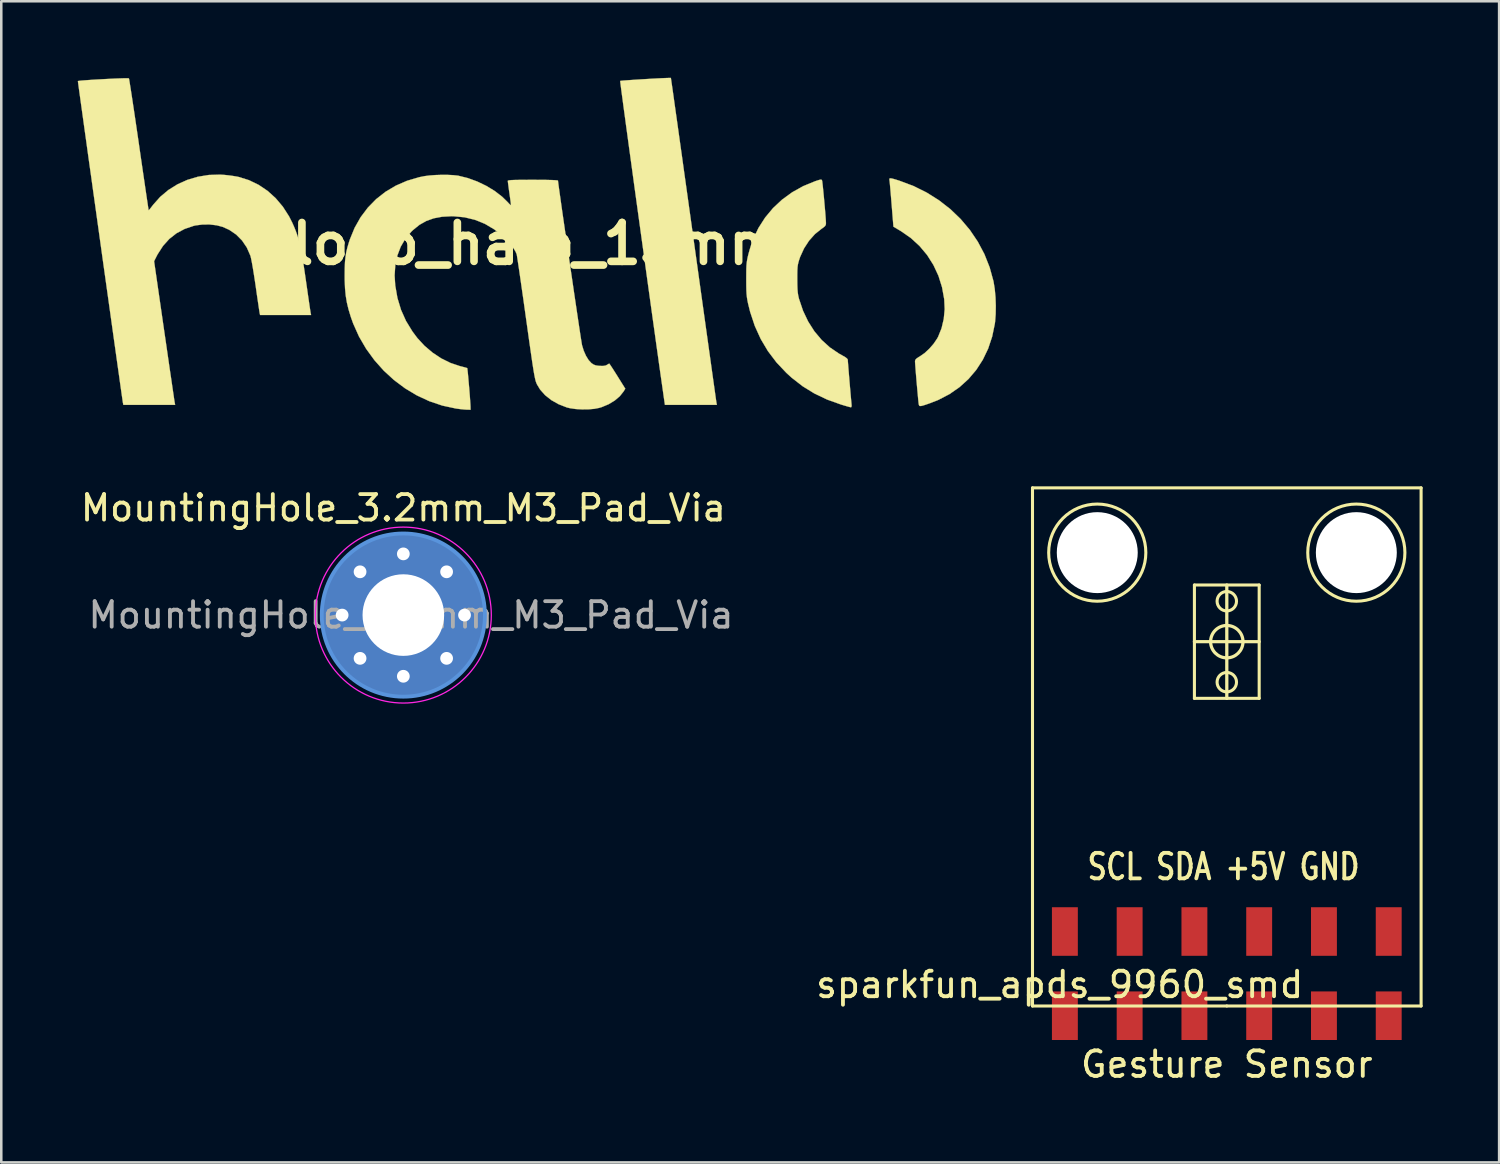
<source format=kicad_pcb>
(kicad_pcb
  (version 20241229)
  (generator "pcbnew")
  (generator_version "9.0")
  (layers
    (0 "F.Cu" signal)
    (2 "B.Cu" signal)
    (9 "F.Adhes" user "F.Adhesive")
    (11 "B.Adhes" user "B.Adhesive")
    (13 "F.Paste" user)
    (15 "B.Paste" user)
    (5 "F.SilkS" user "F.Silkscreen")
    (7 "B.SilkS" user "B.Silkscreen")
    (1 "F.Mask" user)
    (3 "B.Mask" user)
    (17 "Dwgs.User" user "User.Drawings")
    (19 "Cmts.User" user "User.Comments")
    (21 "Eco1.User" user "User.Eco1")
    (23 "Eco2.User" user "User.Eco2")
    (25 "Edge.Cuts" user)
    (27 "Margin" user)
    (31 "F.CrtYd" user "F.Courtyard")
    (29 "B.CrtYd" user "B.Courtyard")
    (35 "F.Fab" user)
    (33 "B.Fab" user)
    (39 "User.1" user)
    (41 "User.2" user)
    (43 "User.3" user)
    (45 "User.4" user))
  (footprint "sparkfun_apds_9960_smd"
    (layer "F.Cu")
    (at 45.062 35.133)
    (property "Reference" "sparkfun_apds_9960_smd" (at -6.553 0.432 180) (layer "F.SilkS") (effects (font (size 1 1) (thickness 0.15))))
    (attr through_hole)
    (fp_line (start -7.62 -19.05) (end 7.62 -19.05) (stroke (width 0.12) (type solid)) (layer "F.SilkS"))
    (fp_line (start -7.62 1.27) (end -7.62 -19.05) (stroke (width 0.12) (type solid)) (layer "F.SilkS"))
    (fp_line (start -1.27 -15.24) (end 1.27 -15.24) (stroke (width 0.12) (type solid)) (layer "F.SilkS"))
    (fp_line (start -1.27 -13.018) (end 1.27 -13.018) (stroke (width 0.127) (type solid)) (layer "F.SilkS"))
    (fp_line (start -1.27 -10.795) (end -1.27 -15.24) (stroke (width 0.12) (type solid)) (layer "F.SilkS"))
    (fp_line (start 0 -15.24) (end 0 -10.795) (stroke (width 0.127) (type solid)) (layer "F.SilkS"))
    (fp_line (start 0 1.27) (end -7.62 1.27) (stroke (width 0.12) (type solid)) (layer "F.SilkS"))
    (fp_line (start 1.27 -15.24) (end 1.27 -10.795) (stroke (width 0.12) (type solid)) (layer "F.SilkS"))
    (fp_line (start 1.27 -10.795) (end -1.27 -10.795) (stroke (width 0.12) (type solid)) (layer "F.SilkS"))
    (fp_line (start 7.62 -19.05) (end 7.62 1.27) (stroke (width 0.12) (type solid)) (layer "F.SilkS"))
    (fp_line (start 7.62 1.27) (end 0 1.27) (stroke (width 0.12) (type solid)) (layer "F.SilkS"))
    (fp_circle (center -5.08 -16.51) (end -5.08 -18.415) (stroke (width 0.12) (type solid)) (fill no) (layer "F.SilkS"))
    (fp_circle (center 0 -14.605) (end 0.381 -14.605) (stroke (width 0.12) (type solid)) (fill no) (layer "F.SilkS"))
    (fp_circle (center 0 -13.018) (end 0.635 -13.018) (stroke (width 0.127) (type solid)) (fill no) (layer "F.SilkS"))
    (fp_circle (center 0 -11.43) (end 0.381 -11.43) (stroke (width 0.12) (type solid)) (fill no) (layer "F.SilkS"))
    (fp_circle (center 5.08 -16.51) (end 5.08 -18.415) (stroke (width 0.12) (type solid)) (fill no) (layer "F.SilkS"))
    (fp_text user "Gesture Sensor" (at 0 3.556 0) (layer "F.SilkS") (effects (font (size 1 1) (thickness 0.15))))
    (fp_text user "SCL SDA +5V GND" (at -0.127 -4.191 0) (layer "F.SilkS") (effects (font (size 1 0.762) (thickness 0.15))))
    (pad "" np_thru_hole circle (at -5.08 -16.51) (size 3.175 3.175) (drill 3.175) (layers "*.Cu" "*.Mask"))
    (pad "" np_thru_hole circle (at 5.08 -16.51) (size 3.175 3.175) (drill 3.175) (layers "*.Cu" "*.Mask"))
    (pad "1" smd rect (at -6.35 -1.651) (size 1.016 1.905) (layers "F.Cu" "F.Mask" "F.Paste"))
    (pad "1" smd rect (at -6.35 1.651) (size 1.016 1.905) (layers "F.Cu" "F.Mask" "F.Paste"))
    (pad "2" smd rect (at -3.81 -1.651) (size 1.016 1.905) (layers "F.Cu" "F.Mask" "F.Paste"))
    (pad "2" smd rect (at -3.81 1.651) (size 1.016 1.905) (layers "F.Cu" "F.Mask" "F.Paste"))
    (pad "3" smd rect (at -1.27 -1.651) (size 1.016 1.905) (layers "F.Cu" "F.Mask" "F.Paste"))
    (pad "3" smd rect (at -1.27 1.651) (size 1.016 1.905) (layers "F.Cu" "F.Mask" "F.Paste"))
    (pad "4" smd rect (at 1.27 -1.651) (size 1.016 1.905) (layers "F.Cu" "F.Mask" "F.Paste"))
    (pad "4" smd rect (at 1.27 1.651) (size 1.016 1.905) (layers "F.Cu" "F.Mask" "F.Paste"))
    (pad "5" smd rect (at 3.81 -1.651) (size 1.016 1.905) (layers "F.Cu" "F.Mask" "F.Paste"))
    (pad "5" smd rect (at 3.81 1.651) (size 1.016 1.905) (layers "F.Cu" "F.Mask" "F.Paste"))
    (pad "6" smd rect (at 6.35 -1.651) (size 1.016 1.905) (layers "F.Cu" "F.Mask" "F.Paste"))
    (pad "6" smd rect (at 6.35 1.651) (size 1.016 1.905) (layers "F.Cu" "F.Mask" "F.Paste")))
  (footprint "logo_halo_13mm"
    (layer "F.Cu")
    (at 18.007 6.51)
    (property "Reference" "logo_halo_13mm" (at 0 0 0) (layer "F.SilkS") (effects (font (size 1.524 1.524) (thickness 0.3))))
    (attr through_hole)
    (fp_poly (pts (xy 13.954 -2.552) (xy 14.075 -2.517) (xy 14.215 -2.473) (xy 14.768 -2.265) (xy 15.288 -2.007) (xy 15.772 -1.702) (xy 16.217 -1.355) (xy 16.62 -0.967) (xy 16.979 -0.542) (xy 17.289 -0.083) (xy 17.549 0.406) (xy 17.754 0.923) (xy 17.903 1.463) (xy 17.908 1.487) (xy 17.954 1.769) (xy 17.984 2.091) (xy 17.996 2.428) (xy 17.991 2.758) (xy 17.968 3.059) (xy 17.957 3.141) (xy 17.853 3.642) (xy 17.696 4.112) (xy 17.487 4.547) (xy 17.229 4.946) (xy 16.924 5.305) (xy 16.574 5.622) (xy 16.181 5.895) (xy 15.746 6.122) (xy 15.431 6.246) (xy 15.26 6.306) (xy 15.141 6.344) (xy 15.062 6.363) (xy 15.015 6.363) (xy 14.99 6.345) (xy 14.978 6.309) (xy 14.972 6.279) (xy 14.964 6.213) (xy 14.952 6.098) (xy 14.938 5.942) (xy 14.921 5.759) (xy 14.903 5.558) (xy 14.885 5.351) (xy 14.868 5.149) (xy 14.853 4.963) (xy 14.841 4.804) (xy 14.832 4.684) (xy 14.828 4.613) (xy 14.828 4.604) (xy 14.84 4.553) (xy 14.883 4.504) (xy 14.968 4.445) (xy 15.021 4.414) (xy 15.205 4.286) (xy 15.389 4.114) (xy 15.559 3.919) (xy 15.697 3.716) (xy 15.734 3.647) (xy 15.869 3.312) (xy 15.955 2.947) (xy 15.991 2.563) (xy 15.973 2.175) (xy 15.887 1.702) (xy 15.745 1.252) (xy 15.549 0.831) (xy 15.302 0.441) (xy 15.005 0.087) (xy 14.663 -0.226) (xy 14.277 -0.495) (xy 14.253 -0.509) (xy 13.981 -0.671) (xy 13.91 -1.55) (xy 13.891 -1.783) (xy 13.873 -1.998) (xy 13.857 -2.186) (xy 13.843 -2.338) (xy 13.832 -2.445) (xy 13.825 -2.499) (xy 13.825 -2.5) (xy 13.821 -2.54) (xy 13.835 -2.563) (xy 13.877 -2.567) (xy 13.954 -2.552)) (stroke (width 0.01) (type solid)) (fill yes) (layer "F.SilkS"))
    (fp_poly (pts (xy 5.253 -6.503) (xy 5.258 -6.471) (xy 5.271 -6.379) (xy 5.293 -6.23) (xy 5.322 -6.028) (xy 5.358 -5.774) (xy 5.4 -5.472) (xy 5.449 -5.125) (xy 5.504 -4.737) (xy 5.564 -4.309) (xy 5.629 -3.845) (xy 5.699 -3.348) (xy 5.772 -2.821) (xy 5.85 -2.267) (xy 5.931 -1.688) (xy 6.015 -1.089) (xy 6.101 -0.471) (xy 6.14 -0.191) (xy 6.228 0.436) (xy 6.313 1.046) (xy 6.395 1.637) (xy 6.475 2.207) (xy 6.551 2.751) (xy 6.623 3.266) (xy 6.691 3.751) (xy 6.754 4.201) (xy 6.812 4.614) (xy 6.864 4.987) (xy 6.91 5.316) (xy 6.95 5.599) (xy 6.983 5.832) (xy 7.008 6.013) (xy 7.026 6.138) (xy 7.036 6.205) (xy 7.038 6.215) (xy 7.056 6.318) (xy 5.02 6.318) (xy 5 6.183) (xy 4.972 5.991) (xy 4.938 5.75) (xy 4.897 5.463) (xy 4.85 5.135) (xy 4.798 4.768) (xy 4.742 4.367) (xy 4.681 3.935) (xy 4.617 3.475) (xy 4.549 2.992) (xy 4.479 2.489) (xy 4.407 1.969) (xy 4.333 1.436) (xy 4.258 0.894) (xy 4.182 0.346) (xy 4.106 -0.203) (xy 4.03 -0.752) (xy 3.955 -1.295) (xy 3.881 -1.83) (xy 3.809 -2.352) (xy 3.74 -2.859) (xy 3.673 -3.346) (xy 3.609 -3.81) (xy 3.55 -4.247) (xy 3.494 -4.654) (xy 3.444 -5.027) (xy 3.398 -5.362) (xy 3.359 -5.656) (xy 3.325 -5.906) (xy 3.299 -6.107) (xy 3.28 -6.257) (xy 3.268 -6.35) (xy 3.265 -6.385) (xy 3.265 -6.385) (xy 3.3 -6.391) (xy 3.388 -6.4) (xy 3.521 -6.41) (xy 3.689 -6.422) (xy 3.883 -6.435) (xy 4.094 -6.448) (xy 4.311 -6.461) (xy 4.526 -6.474) (xy 4.73 -6.485) (xy 4.913 -6.494) (xy 5.065 -6.5) (xy 5.178 -6.504) (xy 5.242 -6.505) (xy 5.253 -6.503)) (stroke (width 0.01) (type solid)) (fill yes) (layer "F.SilkS"))
    (fp_poly (pts (xy 11.155 -2.515) (xy 11.175 -2.497) (xy 11.181 -2.483) (xy 11.19 -2.439) (xy 11.202 -2.341) (xy 11.217 -2.202) (xy 11.234 -2.031) (xy 11.253 -1.838) (xy 11.271 -1.636) (xy 11.289 -1.433) (xy 11.306 -1.24) (xy 11.319 -1.069) (xy 11.329 -0.929) (xy 11.334 -0.831) (xy 11.335 -0.803) (xy 11.328 -0.742) (xy 11.297 -0.691) (xy 11.232 -0.636) (xy 11.163 -0.588) (xy 10.901 -0.378) (xy 10.67 -0.118) (xy 10.475 0.182) (xy 10.323 0.514) (xy 10.282 0.635) (xy 10.254 0.733) (xy 10.233 0.824) (xy 10.22 0.922) (xy 10.213 1.042) (xy 10.21 1.198) (xy 10.21 1.397) (xy 10.212 1.612) (xy 10.218 1.778) (xy 10.229 1.91) (xy 10.246 2.023) (xy 10.27 2.131) (xy 10.281 2.169) (xy 10.436 2.627) (xy 10.637 3.05) (xy 10.881 3.433) (xy 11.167 3.773) (xy 11.49 4.066) (xy 11.848 4.309) (xy 11.953 4.367) (xy 12.082 4.44) (xy 12.158 4.496) (xy 12.19 4.542) (xy 12.192 4.555) (xy 12.194 4.607) (xy 12.202 4.71) (xy 12.213 4.856) (xy 12.228 5.033) (xy 12.244 5.23) (xy 12.261 5.437) (xy 12.279 5.643) (xy 12.296 5.837) (xy 12.311 6.009) (xy 12.324 6.149) (xy 12.333 6.244) (xy 12.335 6.263) (xy 12.342 6.36) (xy 12.33 6.405) (xy 12.312 6.412) (xy 12.267 6.403) (xy 12.175 6.378) (xy 12.05 6.342) (xy 11.919 6.302) (xy 11.379 6.109) (xy 10.884 5.873) (xy 10.424 5.59) (xy 9.994 5.256) (xy 9.786 5.067) (xy 9.395 4.653) (xy 9.059 4.209) (xy 8.776 3.733) (xy 8.544 3.222) (xy 8.362 2.673) (xy 8.28 2.342) (xy 8.254 2.214) (xy 8.235 2.095) (xy 8.222 1.969) (xy 8.214 1.823) (xy 8.21 1.642) (xy 8.209 1.414) (xy 8.209 1.381) (xy 8.21 1.157) (xy 8.212 0.983) (xy 8.218 0.845) (xy 8.229 0.731) (xy 8.245 0.627) (xy 8.267 0.519) (xy 8.293 0.411) (xy 8.341 0.237) (xy 8.397 0.054) (xy 8.453 -0.111) (xy 8.478 -0.176) (xy 8.687 -0.618) (xy 8.949 -1.027) (xy 9.259 -1.399) (xy 9.614 -1.731) (xy 10.011 -2.02) (xy 10.445 -2.262) (xy 10.913 -2.454) (xy 10.923 -2.457) (xy 11.043 -2.496) (xy 11.115 -2.515) (xy 11.155 -2.515)) (stroke (width 0.01) (type solid)) (fill yes) (layer "F.SilkS"))
    (fp_poly (pts (xy -16.019 -6.489) (xy -16.002 -6.486) (xy -15.994 -6.452) (xy -15.978 -6.359) (xy -15.955 -6.213) (xy -15.924 -6.018) (xy -15.887 -5.779) (xy -15.845 -5.501) (xy -15.798 -5.188) (xy -15.747 -4.845) (xy -15.693 -4.478) (xy -15.636 -4.089) (xy -15.607 -3.889) (xy -15.55 -3.493) (xy -15.495 -3.116) (xy -15.443 -2.761) (xy -15.395 -2.434) (xy -15.352 -2.14) (xy -15.314 -1.883) (xy -15.282 -1.668) (xy -15.257 -1.499) (xy -15.239 -1.381) (xy -15.229 -1.32) (xy -15.228 -1.311) (xy -15.207 -1.331) (xy -15.157 -1.391) (xy -15.088 -1.48) (xy -15.053 -1.526) (xy -14.775 -1.839) (xy -14.455 -2.108) (xy -14.098 -2.331) (xy -13.711 -2.505) (xy -13.299 -2.628) (xy -12.869 -2.698) (xy -12.427 -2.711) (xy -12.249 -2.7) (xy -12.08 -2.682) (xy -11.907 -2.658) (xy -11.758 -2.633) (xy -11.7 -2.621) (xy -11.295 -2.495) (xy -10.916 -2.312) (xy -10.565 -2.076) (xy -10.247 -1.789) (xy -9.964 -1.454) (xy -9.721 -1.075) (xy -9.593 -0.822) (xy -9.521 -0.66) (xy -9.458 -0.504) (xy -9.402 -0.347) (xy -9.351 -0.181) (xy -9.305 0.001) (xy -9.259 0.206) (xy -9.215 0.443) (xy -9.168 0.719) (xy -9.119 1.041) (xy -9.064 1.417) (xy -9.049 1.524) (xy -9.011 1.787) (xy -8.976 2.032) (xy -8.944 2.252) (xy -8.917 2.438) (xy -8.895 2.584) (xy -8.88 2.682) (xy -8.873 2.723) (xy -8.857 2.794) (xy -9.857 2.794) (xy -10.857 2.794) (xy -10.873 2.723) (xy -10.881 2.674) (xy -10.897 2.571) (xy -10.919 2.422) (xy -10.947 2.234) (xy -10.979 2.017) (xy -11.013 1.777) (xy -11.031 1.651) (xy -11.069 1.397) (xy -11.107 1.154) (xy -11.143 0.933) (xy -11.177 0.742) (xy -11.207 0.591) (xy -11.23 0.491) (xy -11.238 0.466) (xy -11.378 0.147) (xy -11.565 -0.129) (xy -11.795 -0.361) (xy -12.066 -0.546) (xy -12.319 -0.661) (xy -12.557 -0.724) (xy -12.828 -0.756) (xy -13.11 -0.755) (xy -13.38 -0.721) (xy -13.456 -0.704) (xy -13.814 -0.583) (xy -14.134 -0.413) (xy -14.417 -0.191) (xy -14.663 0.083) (xy -14.873 0.408) (xy -14.918 0.493) (xy -15.014 0.684) (xy -14.621 3.398) (xy -14.561 3.808) (xy -14.504 4.201) (xy -14.45 4.573) (xy -14.4 4.92) (xy -14.353 5.235) (xy -14.312 5.515) (xy -14.277 5.755) (xy -14.248 5.95) (xy -14.227 6.095) (xy -14.213 6.186) (xy -14.208 6.215) (xy -14.189 6.318) (xy -16.219 6.318) (xy -16.237 6.231) (xy -16.243 6.193) (xy -16.257 6.095) (xy -16.279 5.943) (xy -16.308 5.739) (xy -16.344 5.486) (xy -16.385 5.189) (xy -16.433 4.852) (xy -16.486 4.477) (xy -16.543 4.069) (xy -16.605 3.63) (xy -16.67 3.166) (xy -16.738 2.679) (xy -16.809 2.173) (xy -16.882 1.652) (xy -16.957 1.119) (xy -17.033 0.578) (xy -17.109 0.033) (xy -17.185 -0.513) (xy -17.261 -1.056) (xy -17.336 -1.592) (xy -17.41 -2.118) (xy -17.481 -2.631) (xy -17.551 -3.125) (xy -17.617 -3.599) (xy -17.679 -4.048) (xy -17.738 -4.468) (xy -17.792 -4.857) (xy -17.841 -5.21) (xy -17.885 -5.523) (xy -17.922 -5.793) (xy -17.953 -6.017) (xy -17.977 -6.19) (xy -17.993 -6.31) (xy -18.001 -6.371) (xy -18.002 -6.379) (xy -17.972 -6.387) (xy -17.888 -6.397) (xy -17.758 -6.408) (xy -17.593 -6.42) (xy -17.401 -6.433) (xy -17.192 -6.445) (xy -16.975 -6.457) (xy -16.759 -6.468) (xy -16.553 -6.478) (xy -16.367 -6.485) (xy -16.21 -6.49) (xy -16.091 -6.491) (xy -16.019 -6.489)) (stroke (width 0.01) (type solid)) (fill yes) (layer "F.SilkS"))
    (fp_poly (pts (xy -3.499 -2.702) (xy -3.281 -2.691) (xy -3.103 -2.672) (xy -3.081 -2.668) (xy -2.71 -2.576) (xy -2.339 -2.441) (xy -1.982 -2.269) (xy -1.652 -2.068) (xy -1.361 -1.843) (xy -1.161 -1.647) (xy -1.09 -1.571) (xy -1.038 -1.523) (xy -1.016 -1.513) (xy -1.016 -1.514) (xy -1.02 -1.554) (xy -1.032 -1.644) (xy -1.049 -1.774) (xy -1.071 -1.929) (xy -1.079 -1.985) (xy -1.102 -2.148) (xy -1.121 -2.29) (xy -1.135 -2.398) (xy -1.142 -2.461) (xy -1.143 -2.469) (xy -1.129 -2.48) (xy -1.085 -2.489) (xy -1.006 -2.497) (xy -0.885 -2.502) (xy -0.717 -2.505) (xy -0.498 -2.507) (xy -0.222 -2.508) (xy -0.159 -2.508) (xy 0.126 -2.507) (xy 0.367 -2.505) (xy 0.563 -2.5) (xy 0.707 -2.494) (xy 0.796 -2.486) (xy 0.826 -2.478) (xy 0.83 -2.433) (xy 0.843 -2.331) (xy 0.864 -2.177) (xy 0.892 -1.975) (xy 0.927 -1.731) (xy 0.966 -1.451) (xy 1.011 -1.138) (xy 1.06 -0.8) (xy 1.112 -0.44) (xy 1.166 -0.064) (xy 1.223 0.323) (xy 1.28 0.716) (xy 1.338 1.109) (xy 1.395 1.497) (xy 1.45 1.876) (xy 1.504 2.239) (xy 1.555 2.582) (xy 1.602 2.899) (xy 1.645 3.186) (xy 1.683 3.437) (xy 1.715 3.647) (xy 1.741 3.81) (xy 1.759 3.923) (xy 1.769 3.978) (xy 1.769 3.979) (xy 1.836 4.196) (xy 1.924 4.394) (xy 2.026 4.56) (xy 2.134 4.677) (xy 2.136 4.679) (xy 2.22 4.736) (xy 2.305 4.769) (xy 2.42 4.786) (xy 2.462 4.789) (xy 2.598 4.791) (xy 2.691 4.776) (xy 2.745 4.75) (xy 2.805 4.714) (xy 2.837 4.699) (xy 2.857 4.725) (xy 2.905 4.796) (xy 2.976 4.904) (xy 3.063 5.041) (xy 3.158 5.192) (xy 3.465 5.684) (xy 3.398 5.793) (xy 3.25 5.979) (xy 3.051 6.148) (xy 2.813 6.292) (xy 2.546 6.404) (xy 2.438 6.437) (xy 2.246 6.474) (xy 2.015 6.493) (xy 1.767 6.495) (xy 1.522 6.481) (xy 1.304 6.45) (xy 1.175 6.419) (xy 0.851 6.293) (xy 0.564 6.131) (xy 0.32 5.937) (xy 0.125 5.718) (xy 0.004 5.517) (xy -0.015 5.477) (xy -0.032 5.434) (xy -0.049 5.383) (xy -0.065 5.319) (xy -0.083 5.238) (xy -0.103 5.136) (xy -0.126 5.008) (xy -0.151 4.849) (xy -0.181 4.656) (xy -0.215 4.422) (xy -0.255 4.145) (xy -0.302 3.819) (xy -0.355 3.44) (xy -0.416 3.004) (xy -0.428 2.921) (xy -0.482 2.535) (xy -0.534 2.166) (xy -0.584 1.818) (xy -0.63 1.497) (xy -0.672 1.207) (xy -0.709 0.954) (xy -0.741 0.743) (xy -0.766 0.578) (xy -0.784 0.466) (xy -0.794 0.412) (xy -0.794 0.41) (xy -0.84 0.305) (xy -0.923 0.172) (xy -1.035 0.024) (xy -1.164 -0.126) (xy -1.301 -0.264) (xy -1.318 -0.281) (xy -1.667 -0.56) (xy -2.037 -0.78) (xy -2.428 -0.939) (xy -2.841 -1.039) (xy -3.274 -1.079) (xy -3.349 -1.08) (xy -3.719 -1.06) (xy -4.046 -0.999) (xy -4.34 -0.894) (xy -4.609 -0.742) (xy -4.86 -0.538) (xy -4.923 -0.478) (xy -5.158 -0.199) (xy -5.342 0.116) (xy -5.475 0.464) (xy -5.555 0.84) (xy -5.581 1.243) (xy -5.557 1.633) (xy -5.47 2.129) (xy -5.33 2.591) (xy -5.135 3.026) (xy -4.882 3.44) (xy -4.689 3.698) (xy -4.409 4.001) (xy -4.092 4.27) (xy -3.749 4.497) (xy -3.39 4.674) (xy -3.027 4.796) (xy -3.016 4.799) (xy -2.894 4.83) (xy -2.797 4.856) (xy -2.741 4.873) (xy -2.733 4.877) (xy -2.727 4.911) (xy -2.717 4.997) (xy -2.704 5.125) (xy -2.69 5.284) (xy -2.674 5.465) (xy -2.657 5.655) (xy -2.642 5.845) (xy -2.628 6.023) (xy -2.617 6.18) (xy -2.609 6.304) (xy -2.605 6.384) (xy -2.605 6.39) (xy -2.603 6.509) (xy -2.754 6.506) (xy -2.857 6.499) (xy -2.997 6.485) (xy -3.147 6.465) (xy -3.186 6.459) (xy -3.71 6.346) (xy -4.219 6.174) (xy -4.707 5.947) (xy -5.171 5.669) (xy -5.607 5.343) (xy -6.009 4.974) (xy -6.374 4.564) (xy -6.698 4.118) (xy -6.977 3.64) (xy -7.205 3.132) (xy -7.3 2.866) (xy -7.389 2.572) (xy -7.454 2.3) (xy -7.499 2.029) (xy -7.526 1.742) (xy -7.539 1.42) (xy -7.54 1.238) (xy -7.537 0.956) (xy -7.528 0.721) (xy -7.508 0.518) (xy -7.478 0.331) (xy -7.433 0.144) (xy -7.372 -0.06) (xy -7.336 -0.171) (xy -7.15 -0.624) (xy -6.915 -1.04) (xy -6.632 -1.416) (xy -6.306 -1.75) (xy -5.938 -2.039) (xy -5.532 -2.28) (xy -5.092 -2.471) (xy -4.62 -2.61) (xy -4.406 -2.653) (xy -4.212 -2.678) (xy -3.984 -2.695) (xy -3.74 -2.703) (xy -3.499 -2.702)) (stroke (width 0.01) (type solid)) (fill yes) (layer "F.SilkS")))
  (footprint "MountingHole_3.2mm_M3_Pad_Via"
    (layer "F.Cu")
    (at 12.768 21.072)
    (property "Reference" "MountingHole_3.2mm_M3_Pad_Via" (at 0 -4.2 0) (layer "F.SilkS") (effects (font (size 1 1) (thickness 0.15))))
    (attr exclude_from_pos_files exclude_from_bom)
    (fp_circle (center 0 0) (end 3.2 0) (stroke (width 0.15) (type solid)) (fill no) (layer "Cmts.User"))
    (fp_circle (center 0 0) (end 3.45 0) (stroke (width 0.05) (type solid)) (fill no) (layer "F.CrtYd"))
    (fp_text user "${REFERENCE}" (at 0.3 0 0) (layer "F.Fab") (effects (font (size 1 1) (thickness 0.15))))
    (pad "1" thru_hole circle (at -2.4 0) (size 0.8 0.8) (drill 0.5) (layers "*.Cu" "*.Mask"))
    (pad "1" thru_hole circle (at -1.697 -1.697) (size 0.8 0.8) (drill 0.5) (layers "*.Cu" "*.Mask"))
    (pad "1" thru_hole circle (at -1.697 1.697) (size 0.8 0.8) (drill 0.5) (layers "*.Cu" "*.Mask"))
    (pad "1" thru_hole circle (at 0 -2.4) (size 0.8 0.8) (drill 0.5) (layers "*.Cu" "*.Mask"))
    (pad "1" thru_hole circle (at 0 0) (size 6.4 6.4) (drill 3.2) (layers "*.Cu" "*.Mask"))
    (pad "1" thru_hole circle (at 0 2.4) (size 0.8 0.8) (drill 0.5) (layers "*.Cu" "*.Mask"))
    (pad "1" thru_hole circle (at 1.697 -1.697) (size 0.8 0.8) (drill 0.5) (layers "*.Cu" "*.Mask"))
    (pad "1" thru_hole circle (at 1.697 1.697) (size 0.8 0.8) (drill 0.5) (layers "*.Cu" "*.Mask"))
    (pad "1" thru_hole circle (at 2.4 0) (size 0.8 0.8) (drill 0.5) (layers "*.Cu" "*.Mask")))
  (gr_rect
    (start -3 -3)
    (end 55.742 42.538)
    (stroke (width 0.1) (type default))
    (fill no)
    (layer "Edge.Cuts")))
</source>
